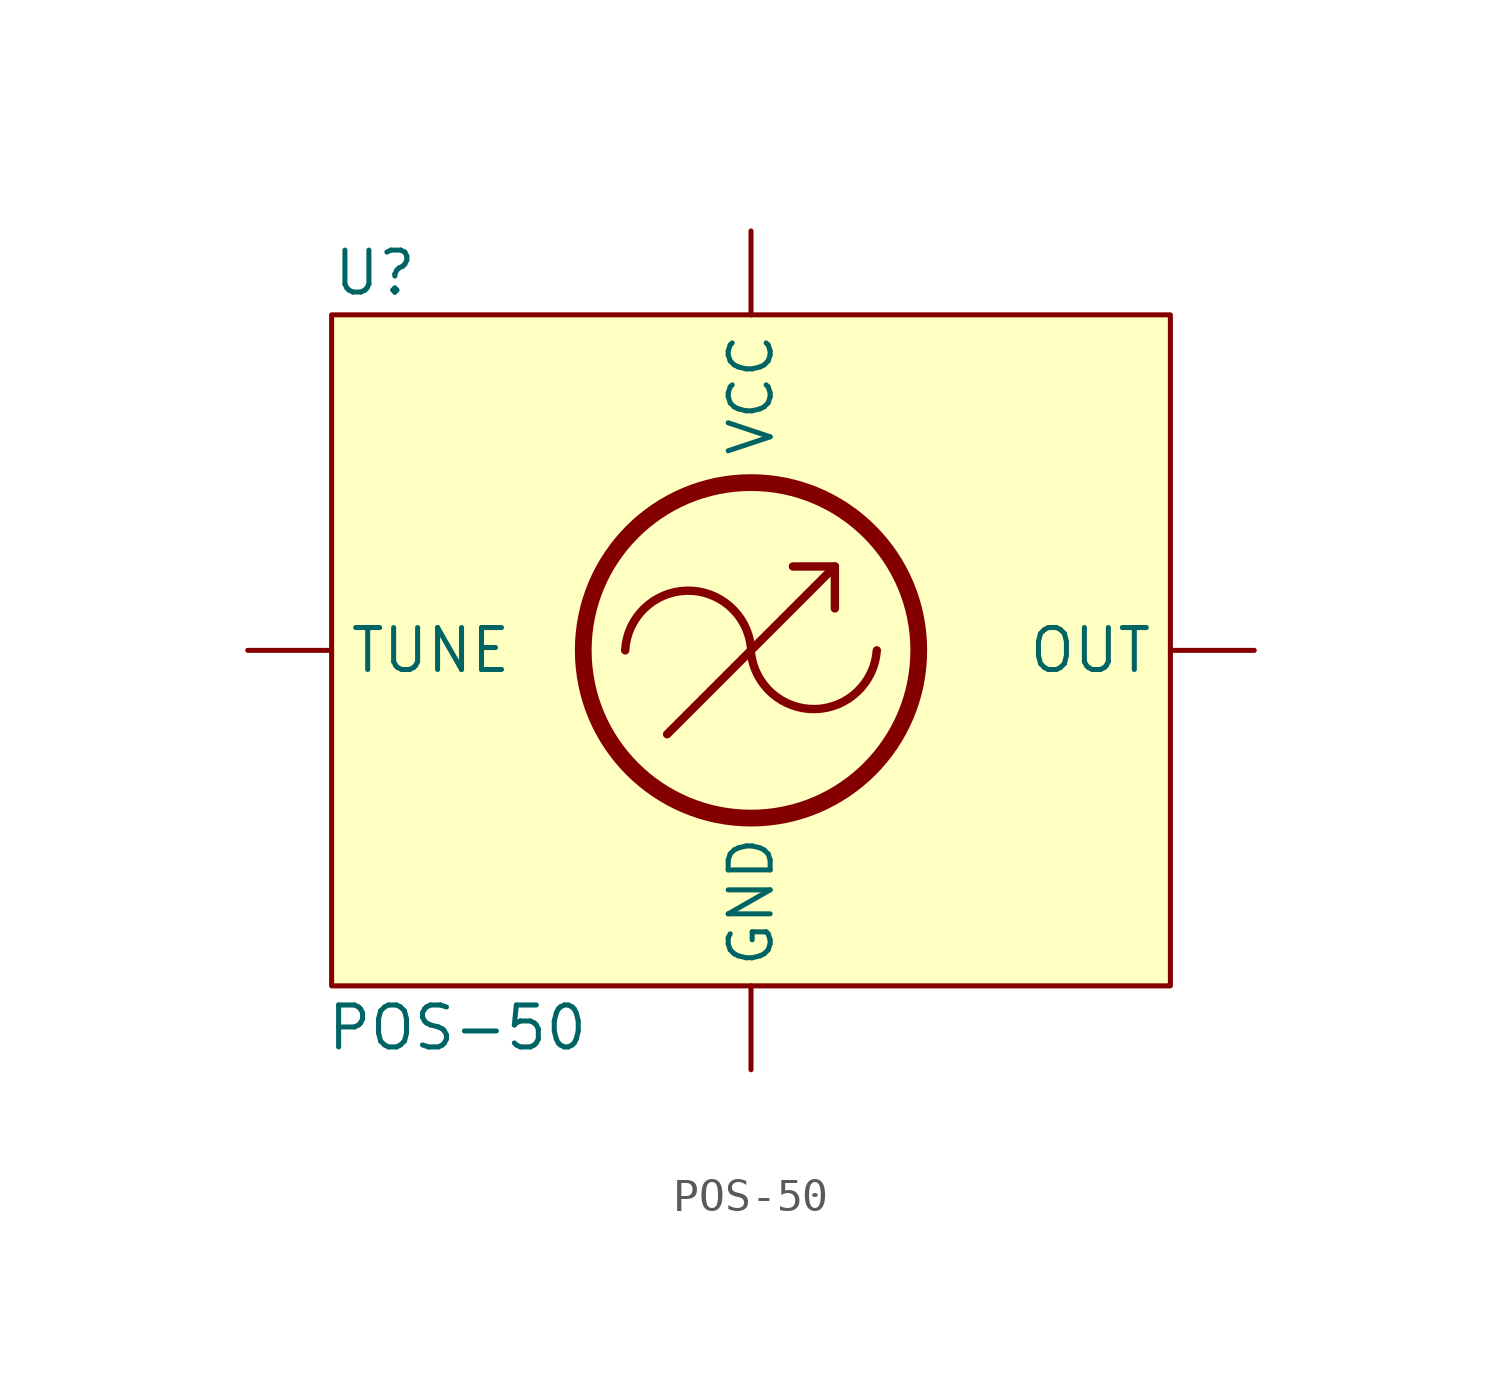
<source format=kicad_sym>
(kicad_symbol_lib
  (version 20211014)
  (generator kicad_symbol_editor)
  (symbol "POS-50"
    (property "Reference" "U"
      (at -12.7 11.43 0)
      (effects (font (size 1.27 1.27)) (justify left)))
    (property "Value" "POS-50"
      (at -8.89 -11.43 0)
      (effects (font (size 1.27 1.27))))
    (symbol "POS-50_0_1"
      (rectangle (start -12.7 10.16) (end 12.7 -10.16) (stroke (width 0) (type default) (color 0 0 0 0)) (fill (type background)))
      (arc (start 0 -0.0829) (mid 1.9428 -1.7782) (end 3.81 0) (stroke (width 0.254) (type default) (color 0 0 0 0)) (fill (type none)))
      (polyline (pts (xy -2.54 -2.54) (xy 2.54 2.54)) (stroke (width 0.254) (type default) (color 0 0 0 0)) (fill (type none)))
      (polyline (pts (xy 2.54 1.27) (xy 2.54 2.54) (xy 1.27 2.54)) (stroke (width 0.254) (type default) (color 0 0 0 0)) (fill (type none)))
      (circle (center 0 0) (radius 5.08) (stroke (width 0.508) (type default) (color 0 0 0 0)) (fill (type none)))
      (arc (start 0 0.0829) (mid -1.9434 1.8064) (end -3.81 0) (stroke (width 0.254) (type default) (color 0 0 0 0)) (fill (type none))))
    (symbol "POS-50_1_1"
      (pin power_in line (at 0 -12.7 90) (length 2.54) (name "GND" (effects (font (size 1.27 1.27)))) (number "" (effects (font (size 1.27 1.27)))))
      (pin output line (at 15.24 0 180) (length 2.54) (name "OUT" (effects (font (size 1.27 1.27)))) (number "" (effects (font (size 1.27 1.27)))))
      (pin input line (at -15.24 0 0) (length 2.54) (name "TUNE" (effects (font (size 1.27 1.27)))) (number "" (effects (font (size 1.27 1.27)))))
      (pin power_in line (at 0 12.7 270) (length 2.54) (name "VCC" (effects (font (size 1.27 1.27)))) (number "" (effects (font (size 1.27 1.27))))))))
</source>
